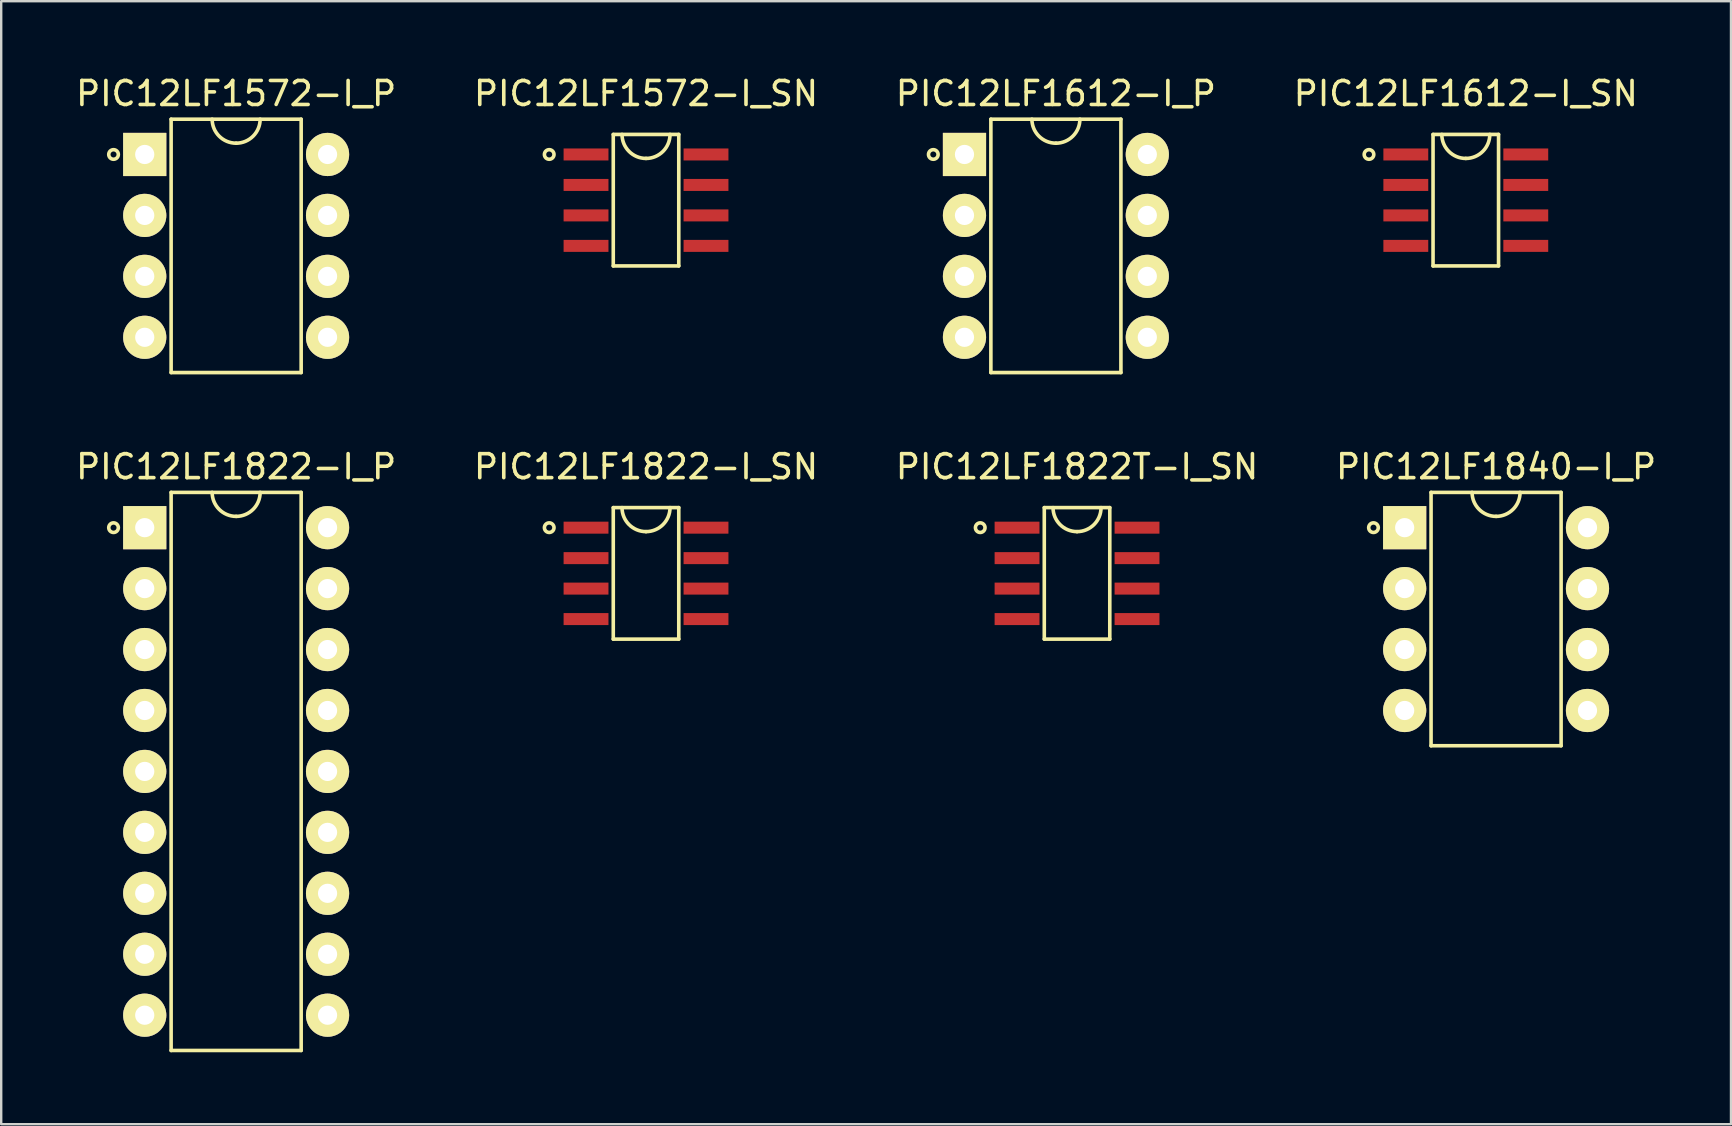
<source format=kicad_pcb>
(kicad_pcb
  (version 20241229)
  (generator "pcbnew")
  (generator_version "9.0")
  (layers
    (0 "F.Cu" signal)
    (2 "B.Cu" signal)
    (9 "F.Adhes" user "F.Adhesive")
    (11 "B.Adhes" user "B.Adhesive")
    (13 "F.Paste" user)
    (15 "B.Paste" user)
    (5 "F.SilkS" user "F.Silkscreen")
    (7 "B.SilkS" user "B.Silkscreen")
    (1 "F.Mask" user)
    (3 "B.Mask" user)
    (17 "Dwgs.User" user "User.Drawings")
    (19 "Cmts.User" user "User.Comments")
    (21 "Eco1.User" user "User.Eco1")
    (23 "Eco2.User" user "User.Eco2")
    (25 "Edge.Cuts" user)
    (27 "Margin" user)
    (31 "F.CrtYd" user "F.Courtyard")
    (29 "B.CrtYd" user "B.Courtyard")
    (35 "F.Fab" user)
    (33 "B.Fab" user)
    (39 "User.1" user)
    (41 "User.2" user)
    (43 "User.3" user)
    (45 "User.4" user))
  (footprint "PIC12LF1572-I_SN"
    (layer "F.Cu")
    (at 21.375 3.388)
    (property "Reference" "PIC12LF1572-I_SN" (at 2.5 -2.54 0) (layer "F.SilkS") (effects (font (size 1 1) (thickness 0.15))))
    (attr through_hole)
    (fp_line (start 1.135 -0.835) (end 3.865 -0.835) (stroke (width 0.15) (type solid)) (layer "F.SilkS"))
    (fp_line (start 1.135 4.645) (end 1.135 -0.835) (stroke (width 0.15) (type solid)) (layer "F.SilkS"))
    (fp_line (start 3.865 -0.835) (end 3.865 4.645) (stroke (width 0.15) (type solid)) (layer "F.SilkS"))
    (fp_line (start 3.865 4.645) (end 1.135 4.645) (stroke (width 0.15) (type solid)) (layer "F.SilkS"))
    (fp_arc (start 2.5 0.165) (mid 1.792893 -0.127893) (end 1.5 -0.835) (stroke (width 0.15) (type solid)) (layer "F.SilkS"))
    (fp_arc (start 3.5 -0.835) (mid 3.207107 -0.127893) (end 2.5 0.165) (stroke (width 0.15) (type solid)) (layer "F.SilkS"))
    (fp_circle (center -1.535 0) (end -1.535 0.2) (stroke (width 0.15) (type solid)) (fill no) (layer "F.SilkS"))
    (pad "1" smd rect (at 0 0) (size 1.87 0.5) (layers "F.Cu" "F.Mask" "F.Paste"))
    (pad "2" smd rect (at 0 1.27) (size 1.87 0.5) (layers "F.Cu" "F.Mask" "F.Paste"))
    (pad "3" smd rect (at 0 2.54) (size 1.87 0.5) (layers "F.Cu" "F.Mask" "F.Paste"))
    (pad "4" smd rect (at 0 3.81) (size 1.87 0.5) (layers "F.Cu" "F.Mask" "F.Paste"))
    (pad "5" smd rect (at 5 3.81) (size 1.87 0.5) (layers "F.Cu" "F.Mask" "F.Paste"))
    (pad "6" smd rect (at 5 2.54) (size 1.87 0.5) (layers "F.Cu" "F.Mask" "F.Paste"))
    (pad "7" smd rect (at 5 1.27) (size 1.87 0.5) (layers "F.Cu" "F.Mask" "F.Paste"))
    (pad "8" smd rect (at 5 0) (size 1.87 0.5) (layers "F.Cu" "F.Mask" "F.Paste")))
  (footprint "PIC12LF1822T-I_SN"
    (layer "F.Cu")
    (at 39.339 18.942)
    (property "Reference" "PIC12LF1822T-I_SN" (at 2.5 -2.54 0) (layer "F.SilkS") (effects (font (size 1 1) (thickness 0.15))))
    (attr through_hole)
    (fp_line (start 1.135 -0.835) (end 3.865 -0.835) (stroke (width 0.15) (type solid)) (layer "F.SilkS"))
    (fp_line (start 1.135 4.645) (end 1.135 -0.835) (stroke (width 0.15) (type solid)) (layer "F.SilkS"))
    (fp_line (start 3.865 -0.835) (end 3.865 4.645) (stroke (width 0.15) (type solid)) (layer "F.SilkS"))
    (fp_line (start 3.865 4.645) (end 1.135 4.645) (stroke (width 0.15) (type solid)) (layer "F.SilkS"))
    (fp_arc (start 2.5 0.165) (mid 1.792893 -0.127893) (end 1.5 -0.835) (stroke (width 0.15) (type solid)) (layer "F.SilkS"))
    (fp_arc (start 3.5 -0.835) (mid 3.207107 -0.127893) (end 2.5 0.165) (stroke (width 0.15) (type solid)) (layer "F.SilkS"))
    (fp_circle (center -1.535 0) (end -1.535 0.2) (stroke (width 0.15) (type solid)) (fill no) (layer "F.SilkS"))
    (pad "1" smd rect (at 0 0) (size 1.87 0.5) (layers "F.Cu" "F.Mask" "F.Paste"))
    (pad "2" smd rect (at 0 1.27) (size 1.87 0.5) (layers "F.Cu" "F.Mask" "F.Paste"))
    (pad "3" smd rect (at 0 2.54) (size 1.87 0.5) (layers "F.Cu" "F.Mask" "F.Paste"))
    (pad "4" smd rect (at 0 3.81) (size 1.87 0.5) (layers "F.Cu" "F.Mask" "F.Paste"))
    (pad "5" smd rect (at 5 3.81) (size 1.87 0.5) (layers "F.Cu" "F.Mask" "F.Paste"))
    (pad "6" smd rect (at 5 2.54) (size 1.87 0.5) (layers "F.Cu" "F.Mask" "F.Paste"))
    (pad "7" smd rect (at 5 1.27) (size 1.87 0.5) (layers "F.Cu" "F.Mask" "F.Paste"))
    (pad "8" smd rect (at 5 0) (size 1.87 0.5) (layers "F.Cu" "F.Mask" "F.Paste")))
  (footprint "PIC12LF1822-I_P"
    (layer "F.Cu")
    (at 2.982 18.942)
    (property "Reference" "PIC12LF1822-I_P" (at 3.81 -2.54 0) (layer "F.SilkS") (effects (font (size 1 1) (thickness 0.15))))
    (attr through_hole)
    (fp_line (start 1.1 -1.47) (end 6.52 -1.47) (stroke (width 0.15) (type solid)) (layer "F.SilkS"))
    (fp_line (start 1.1 21.79) (end 1.1 -1.47) (stroke (width 0.15) (type solid)) (layer "F.SilkS"))
    (fp_line (start 6.52 -1.47) (end 6.52 21.79) (stroke (width 0.15) (type solid)) (layer "F.SilkS"))
    (fp_line (start 6.52 21.79) (end 1.1 21.79) (stroke (width 0.15) (type solid)) (layer "F.SilkS"))
    (fp_arc (start 3.81 -0.47) (mid 3.102893 -0.762893) (end 2.81 -1.47) (stroke (width 0.15) (type solid)) (layer "F.SilkS"))
    (fp_arc (start 4.81 -1.47) (mid 4.517107 -0.762893) (end 3.81 -0.47) (stroke (width 0.15) (type solid)) (layer "F.SilkS"))
    (fp_circle (center -1.3 0) (end -1.3 0.2) (stroke (width 0.15) (type solid)) (fill no) (layer "F.SilkS"))
    (pad "1" thru_hole rect (at 0 0) (size 1.8 1.8) (drill 0.8) (layers "*.Cu" "*.Mask" "F.SilkS"))
    (pad "2" thru_hole circle (at 0 2.54) (size 1.8 1.8) (drill 0.8) (layers "*.Cu" "*.Mask" "F.SilkS"))
    (pad "3" thru_hole circle (at 0 5.08) (size 1.8 1.8) (drill 0.8) (layers "*.Cu" "*.Mask" "F.SilkS"))
    (pad "4" thru_hole circle (at 0 7.62) (size 1.8 1.8) (drill 0.8) (layers "*.Cu" "*.Mask" "F.SilkS"))
    (pad "5" thru_hole circle (at 0 10.16) (size 1.8 1.8) (drill 0.8) (layers "*.Cu" "*.Mask" "F.SilkS"))
    (pad "6" thru_hole circle (at 0 12.7) (size 1.8 1.8) (drill 0.8) (layers "*.Cu" "*.Mask" "F.SilkS"))
    (pad "7" thru_hole circle (at 0 15.24) (size 1.8 1.8) (drill 0.8) (layers "*.Cu" "*.Mask" "F.SilkS"))
    (pad "8" thru_hole circle (at 0 17.78) (size 1.8 1.8) (drill 0.8) (layers "*.Cu" "*.Mask" "F.SilkS"))
    (pad "9" thru_hole circle (at 0 20.32) (size 1.8 1.8) (drill 0.8) (layers "*.Cu" "*.Mask" "F.SilkS"))
    (pad "10" thru_hole circle (at 7.62 20.32) (size 1.8 1.8) (drill 0.8) (layers "*.Cu" "*.Mask" "F.SilkS"))
    (pad "11" thru_hole circle (at 7.62 17.78) (size 1.8 1.8) (drill 0.8) (layers "*.Cu" "*.Mask" "F.SilkS"))
    (pad "12" thru_hole circle (at 7.62 15.24) (size 1.8 1.8) (drill 0.8) (layers "*.Cu" "*.Mask" "F.SilkS"))
    (pad "13" thru_hole circle (at 7.62 12.7) (size 1.8 1.8) (drill 0.8) (layers "*.Cu" "*.Mask" "F.SilkS"))
    (pad "14" thru_hole circle (at 7.62 10.16) (size 1.8 1.8) (drill 0.8) (layers "*.Cu" "*.Mask" "F.SilkS"))
    (pad "15" thru_hole circle (at 7.62 7.62) (size 1.8 1.8) (drill 0.8) (layers "*.Cu" "*.Mask" "F.SilkS"))
    (pad "16" thru_hole circle (at 7.62 5.08) (size 1.8 1.8) (drill 0.8) (layers "*.Cu" "*.Mask" "F.SilkS"))
    (pad "17" thru_hole circle (at 7.62 2.54) (size 1.8 1.8) (drill 0.8) (layers "*.Cu" "*.Mask" "F.SilkS"))
    (pad "18" thru_hole circle (at 7.62 0) (size 1.8 1.8) (drill 0.8) (layers "*.Cu" "*.Mask" "F.SilkS")))
  (footprint "PIC12LF1612-I_SN"
    (layer "F.Cu")
    (at 55.542 3.388)
    (property "Reference" "PIC12LF1612-I_SN" (at 2.5 -2.54 0) (layer "F.SilkS") (effects (font (size 1 1) (thickness 0.15))))
    (attr through_hole)
    (fp_line (start 1.135 -0.835) (end 3.865 -0.835) (stroke (width 0.15) (type solid)) (layer "F.SilkS"))
    (fp_line (start 1.135 4.645) (end 1.135 -0.835) (stroke (width 0.15) (type solid)) (layer "F.SilkS"))
    (fp_line (start 3.865 -0.835) (end 3.865 4.645) (stroke (width 0.15) (type solid)) (layer "F.SilkS"))
    (fp_line (start 3.865 4.645) (end 1.135 4.645) (stroke (width 0.15) (type solid)) (layer "F.SilkS"))
    (fp_arc (start 2.5 0.165) (mid 1.792893 -0.127893) (end 1.5 -0.835) (stroke (width 0.15) (type solid)) (layer "F.SilkS"))
    (fp_arc (start 3.5 -0.835) (mid 3.207107 -0.127893) (end 2.5 0.165) (stroke (width 0.15) (type solid)) (layer "F.SilkS"))
    (fp_circle (center -1.535 0) (end -1.535 0.2) (stroke (width 0.15) (type solid)) (fill no) (layer "F.SilkS"))
    (pad "1" smd rect (at 0 0) (size 1.87 0.5) (layers "F.Cu" "F.Mask" "F.Paste"))
    (pad "2" smd rect (at 0 1.27) (size 1.87 0.5) (layers "F.Cu" "F.Mask" "F.Paste"))
    (pad "3" smd rect (at 0 2.54) (size 1.87 0.5) (layers "F.Cu" "F.Mask" "F.Paste"))
    (pad "4" smd rect (at 0 3.81) (size 1.87 0.5) (layers "F.Cu" "F.Mask" "F.Paste"))
    (pad "5" smd rect (at 5 3.81) (size 1.87 0.5) (layers "F.Cu" "F.Mask" "F.Paste"))
    (pad "6" smd rect (at 5 2.54) (size 1.87 0.5) (layers "F.Cu" "F.Mask" "F.Paste"))
    (pad "7" smd rect (at 5 1.27) (size 1.87 0.5) (layers "F.Cu" "F.Mask" "F.Paste"))
    (pad "8" smd rect (at 5 0) (size 1.87 0.5) (layers "F.Cu" "F.Mask" "F.Paste")))
  (footprint "PIC12LF1840-I_P"
    (layer "F.Cu")
    (at 55.494 18.942)
    (property "Reference" "PIC12LF1840-I_P" (at 3.81 -2.54 0) (layer "F.SilkS") (effects (font (size 1 1) (thickness 0.15))))
    (attr through_hole)
    (fp_line (start 1.1 -1.47) (end 6.52 -1.47) (stroke (width 0.15) (type solid)) (layer "F.SilkS"))
    (fp_line (start 1.1 9.09) (end 1.1 -1.47) (stroke (width 0.15) (type solid)) (layer "F.SilkS"))
    (fp_line (start 6.52 -1.47) (end 6.52 9.09) (stroke (width 0.15) (type solid)) (layer "F.SilkS"))
    (fp_line (start 6.52 9.09) (end 1.1 9.09) (stroke (width 0.15) (type solid)) (layer "F.SilkS"))
    (fp_arc (start 3.81 -0.47) (mid 3.102893 -0.762893) (end 2.81 -1.47) (stroke (width 0.15) (type solid)) (layer "F.SilkS"))
    (fp_arc (start 4.81 -1.47) (mid 4.517107 -0.762893) (end 3.81 -0.47) (stroke (width 0.15) (type solid)) (layer "F.SilkS"))
    (fp_circle (center -1.3 0) (end -1.3 0.2) (stroke (width 0.15) (type solid)) (fill no) (layer "F.SilkS"))
    (pad "1" thru_hole rect (at 0 0) (size 1.8 1.8) (drill 0.8) (layers "*.Cu" "*.Mask" "F.SilkS"))
    (pad "2" thru_hole circle (at 0 2.54) (size 1.8 1.8) (drill 0.8) (layers "*.Cu" "*.Mask" "F.SilkS"))
    (pad "3" thru_hole circle (at 0 5.08) (size 1.8 1.8) (drill 0.8) (layers "*.Cu" "*.Mask" "F.SilkS"))
    (pad "4" thru_hole circle (at 0 7.62) (size 1.8 1.8) (drill 0.8) (layers "*.Cu" "*.Mask" "F.SilkS"))
    (pad "5" thru_hole circle (at 7.62 7.62) (size 1.8 1.8) (drill 0.8) (layers "*.Cu" "*.Mask" "F.SilkS"))
    (pad "6" thru_hole circle (at 7.62 5.08) (size 1.8 1.8) (drill 0.8) (layers "*.Cu" "*.Mask" "F.SilkS"))
    (pad "7" thru_hole circle (at 7.62 2.54) (size 1.8 1.8) (drill 0.8) (layers "*.Cu" "*.Mask" "F.SilkS"))
    (pad "8" thru_hole circle (at 7.62 0) (size 1.8 1.8) (drill 0.8) (layers "*.Cu" "*.Mask" "F.SilkS")))
  (footprint "PIC12LF1822-I_SN"
    (layer "F.Cu")
    (at 21.375 18.942)
    (property "Reference" "PIC12LF1822-I_SN" (at 2.5 -2.54 0) (layer "F.SilkS") (effects (font (size 1 1) (thickness 0.15))))
    (attr through_hole)
    (fp_line (start 1.135 -0.835) (end 3.865 -0.835) (stroke (width 0.15) (type solid)) (layer "F.SilkS"))
    (fp_line (start 1.135 4.645) (end 1.135 -0.835) (stroke (width 0.15) (type solid)) (layer "F.SilkS"))
    (fp_line (start 3.865 -0.835) (end 3.865 4.645) (stroke (width 0.15) (type solid)) (layer "F.SilkS"))
    (fp_line (start 3.865 4.645) (end 1.135 4.645) (stroke (width 0.15) (type solid)) (layer "F.SilkS"))
    (fp_arc (start 2.5 0.165) (mid 1.792893 -0.127893) (end 1.5 -0.835) (stroke (width 0.15) (type solid)) (layer "F.SilkS"))
    (fp_arc (start 3.5 -0.835) (mid 3.207107 -0.127893) (end 2.5 0.165) (stroke (width 0.15) (type solid)) (layer "F.SilkS"))
    (fp_circle (center -1.535 0) (end -1.535 0.2) (stroke (width 0.15) (type solid)) (fill no) (layer "F.SilkS"))
    (pad "1" smd rect (at 0 0) (size 1.87 0.5) (layers "F.Cu" "F.Mask" "F.Paste"))
    (pad "2" smd rect (at 0 1.27) (size 1.87 0.5) (layers "F.Cu" "F.Mask" "F.Paste"))
    (pad "3" smd rect (at 0 2.54) (size 1.87 0.5) (layers "F.Cu" "F.Mask" "F.Paste"))
    (pad "4" smd rect (at 0 3.81) (size 1.87 0.5) (layers "F.Cu" "F.Mask" "F.Paste"))
    (pad "5" smd rect (at 5 3.81) (size 1.87 0.5) (layers "F.Cu" "F.Mask" "F.Paste"))
    (pad "6" smd rect (at 5 2.54) (size 1.87 0.5) (layers "F.Cu" "F.Mask" "F.Paste"))
    (pad "7" smd rect (at 5 1.27) (size 1.87 0.5) (layers "F.Cu" "F.Mask" "F.Paste"))
    (pad "8" smd rect (at 5 0) (size 1.87 0.5) (layers "F.Cu" "F.Mask" "F.Paste")))
  (footprint "PIC12LF1612-I_P"
    (layer "F.Cu")
    (at 37.148 3.388)
    (property "Reference" "PIC12LF1612-I_P" (at 3.81 -2.54 0) (layer "F.SilkS") (effects (font (size 1 1) (thickness 0.15))))
    (attr through_hole)
    (fp_line (start 1.1 -1.47) (end 6.52 -1.47) (stroke (width 0.15) (type solid)) (layer "F.SilkS"))
    (fp_line (start 1.1 9.09) (end 1.1 -1.47) (stroke (width 0.15) (type solid)) (layer "F.SilkS"))
    (fp_line (start 6.52 -1.47) (end 6.52 9.09) (stroke (width 0.15) (type solid)) (layer "F.SilkS"))
    (fp_line (start 6.52 9.09) (end 1.1 9.09) (stroke (width 0.15) (type solid)) (layer "F.SilkS"))
    (fp_arc (start 3.81 -0.47) (mid 3.102893 -0.762893) (end 2.81 -1.47) (stroke (width 0.15) (type solid)) (layer "F.SilkS"))
    (fp_arc (start 4.81 -1.47) (mid 4.517107 -0.762893) (end 3.81 -0.47) (stroke (width 0.15) (type solid)) (layer "F.SilkS"))
    (fp_circle (center -1.3 0) (end -1.3 0.2) (stroke (width 0.15) (type solid)) (fill no) (layer "F.SilkS"))
    (pad "1" thru_hole rect (at 0 0) (size 1.8 1.8) (drill 0.8) (layers "*.Cu" "*.Mask" "F.SilkS"))
    (pad "2" thru_hole circle (at 0 2.54) (size 1.8 1.8) (drill 0.8) (layers "*.Cu" "*.Mask" "F.SilkS"))
    (pad "3" thru_hole circle (at 0 5.08) (size 1.8 1.8) (drill 0.8) (layers "*.Cu" "*.Mask" "F.SilkS"))
    (pad "4" thru_hole circle (at 0 7.62) (size 1.8 1.8) (drill 0.8) (layers "*.Cu" "*.Mask" "F.SilkS"))
    (pad "5" thru_hole circle (at 7.62 7.62) (size 1.8 1.8) (drill 0.8) (layers "*.Cu" "*.Mask" "F.SilkS"))
    (pad "6" thru_hole circle (at 7.62 5.08) (size 1.8 1.8) (drill 0.8) (layers "*.Cu" "*.Mask" "F.SilkS"))
    (pad "7" thru_hole circle (at 7.62 2.54) (size 1.8 1.8) (drill 0.8) (layers "*.Cu" "*.Mask" "F.SilkS"))
    (pad "8" thru_hole circle (at 7.62 0) (size 1.8 1.8) (drill 0.8) (layers "*.Cu" "*.Mask" "F.SilkS")))
  (footprint "PIC12LF1572-I_P"
    (layer "F.Cu")
    (at 2.982 3.388)
    (property "Reference" "PIC12LF1572-I_P" (at 3.81 -2.54 0) (layer "F.SilkS") (effects (font (size 1 1) (thickness 0.15))))
    (attr through_hole)
    (fp_line (start 1.1 -1.47) (end 6.52 -1.47) (stroke (width 0.15) (type solid)) (layer "F.SilkS"))
    (fp_line (start 1.1 9.09) (end 1.1 -1.47) (stroke (width 0.15) (type solid)) (layer "F.SilkS"))
    (fp_line (start 6.52 -1.47) (end 6.52 9.09) (stroke (width 0.15) (type solid)) (layer "F.SilkS"))
    (fp_line (start 6.52 9.09) (end 1.1 9.09) (stroke (width 0.15) (type solid)) (layer "F.SilkS"))
    (fp_arc (start 3.81 -0.47) (mid 3.102893 -0.762893) (end 2.81 -1.47) (stroke (width 0.15) (type solid)) (layer "F.SilkS"))
    (fp_arc (start 4.81 -1.47) (mid 4.517107 -0.762893) (end 3.81 -0.47) (stroke (width 0.15) (type solid)) (layer "F.SilkS"))
    (fp_circle (center -1.3 0) (end -1.3 0.2) (stroke (width 0.15) (type solid)) (fill no) (layer "F.SilkS"))
    (pad "1" thru_hole rect (at 0 0) (size 1.8 1.8) (drill 0.8) (layers "*.Cu" "*.Mask" "F.SilkS"))
    (pad "2" thru_hole circle (at 0 2.54) (size 1.8 1.8) (drill 0.8) (layers "*.Cu" "*.Mask" "F.SilkS"))
    (pad "3" thru_hole circle (at 0 5.08) (size 1.8 1.8) (drill 0.8) (layers "*.Cu" "*.Mask" "F.SilkS"))
    (pad "4" thru_hole circle (at 0 7.62) (size 1.8 1.8) (drill 0.8) (layers "*.Cu" "*.Mask" "F.SilkS"))
    (pad "5" thru_hole circle (at 7.62 7.62) (size 1.8 1.8) (drill 0.8) (layers "*.Cu" "*.Mask" "F.SilkS"))
    (pad "6" thru_hole circle (at 7.62 5.08) (size 1.8 1.8) (drill 0.8) (layers "*.Cu" "*.Mask" "F.SilkS"))
    (pad "7" thru_hole circle (at 7.62 2.54) (size 1.8 1.8) (drill 0.8) (layers "*.Cu" "*.Mask" "F.SilkS"))
    (pad "8" thru_hole circle (at 7.62 0) (size 1.8 1.8) (drill 0.8) (layers "*.Cu" "*.Mask" "F.SilkS")))
  (gr_rect
    (start -3 -3)
    (end 69.095 43.806)
    (stroke (width 0.1) (type default))
    (fill no)
    (layer "Edge.Cuts")))
</source>
